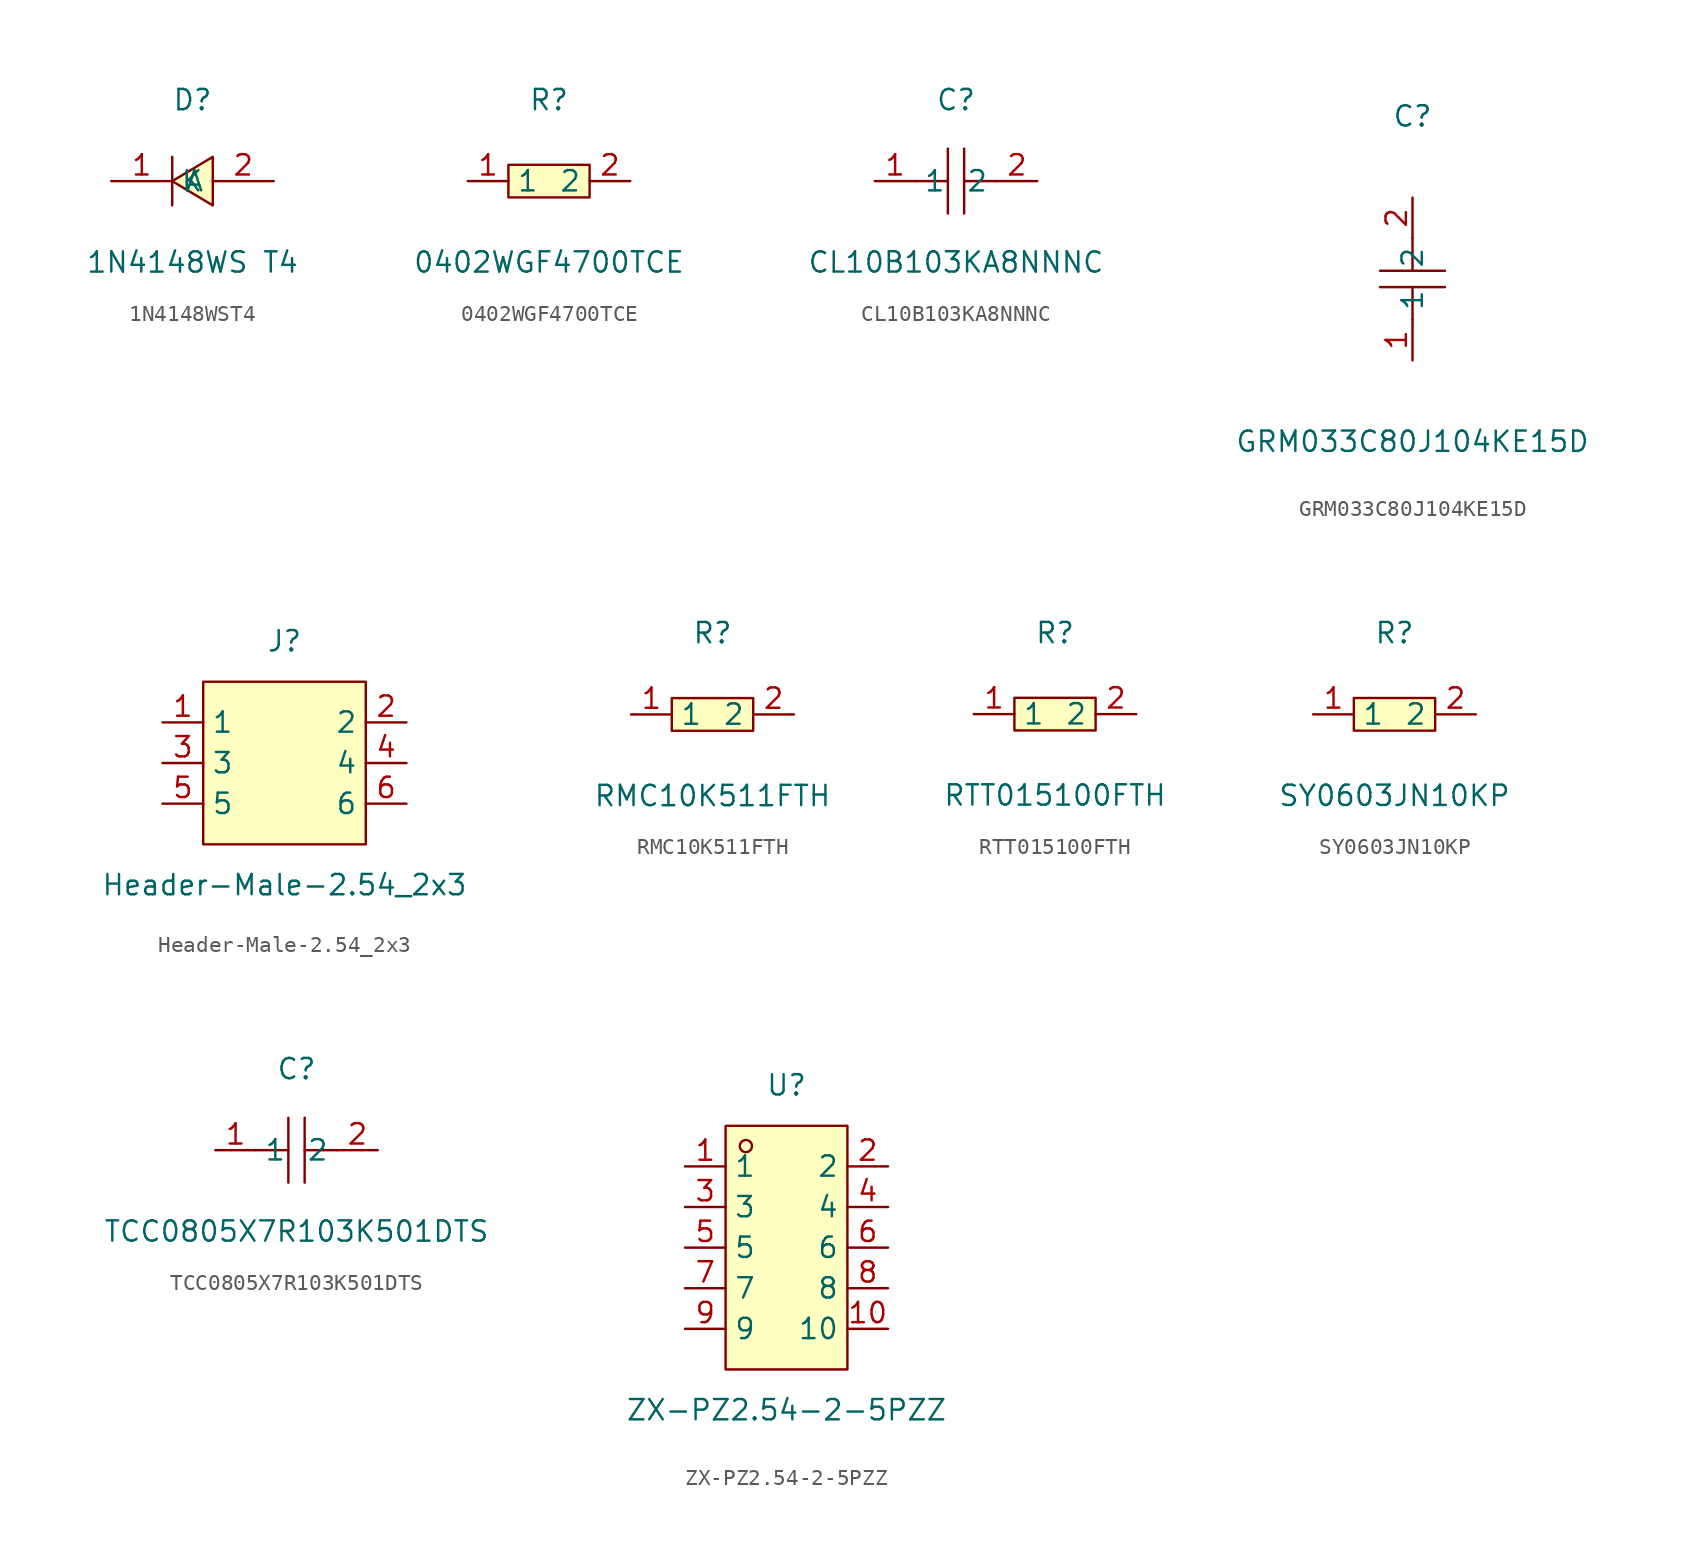
<source format=kicad_sym>
(kicad_symbol_lib
  (version 20211014)
  (generator https://github.com/uPesy/easyeda2kicad.py)
  (symbol "1N4148WST4"
    (property "Reference" "D"
      (at 0 5.08 0)
      (effects (font (size 1.27 1.27))))
    (property "Value" "1N4148WS T4"
      (at 0 -5.08 0)
      (effects (font (size 1.27 1.27))))
    (symbol "1N4148WST4_0_1"
      (polyline (pts (xy 1.27 1.52) (xy -1.27 -0.00) (xy 1.27 -1.52) (xy 1.27 1.52)) (stroke (width 0) (type default) (color 0 0 0 0)) (fill (type background)))
      (polyline (pts (xy -1.27 -1.52) (xy -1.27 1.52)) (stroke (width 0) (type default) (color 0 0 0 0)) (fill (type none)))
      (pin unspecified line (at 5.08 -0.00 180) (length 3.81) (name "A" (effects (font (size 1.27 1.27)))) (number "2" (effects (font (size 1.27 1.27)))))
      (pin unspecified line (at -5.08 -0.00 0) (length 3.81) (name "K" (effects (font (size 1.27 1.27)))) (number "1" (effects (font (size 1.27 1.27)))))))
  (symbol "0402WGF4700TCE"
    (property "Reference" "R"
      (at 0 5.08 0)
      (effects (font (size 1.27 1.27))))
    (property "Value" "0402WGF4700TCE"
      (at 0 -5.08 0)
      (effects (font (size 1.27 1.27))))
    (symbol "0402WGF4700TCE_0_1"
      (rectangle (start -2.54 1.02) (end 2.54 -1.02) (stroke (width 0) (type default) (color 0 0 0 0)) (fill (type background)))
      (pin input line (at 5.08 -0.00 180) (length 2.54) (name "2" (effects (font (size 1.27 1.27)))) (number "2" (effects (font (size 1.27 1.27)))))
      (pin input line (at -5.08 -0.00 0) (length 2.54) (name "1" (effects (font (size 1.27 1.27)))) (number "1" (effects (font (size 1.27 1.27)))))))
  (symbol "CL10B103KA8NNNC"
    (property "Reference" "C"
      (at 0 5.08 0)
      (effects (font (size 1.27 1.27))))
    (property "Value" "CL10B103KA8NNNC"
      (at 0 -5.08 0)
      (effects (font (size 1.27 1.27))))
    (symbol "CL10B103KA8NNNC_0_1"
      (polyline (pts (xy -0.51 -2.03) (xy -0.51 2.03)) (stroke (width 0) (type default) (color 0 0 0 0)) (fill (type none)))
      (polyline (pts (xy 2.54 -0.00) (xy 0.51 -0.00)) (stroke (width 0) (type default) (color 0 0 0 0)) (fill (type none)))
      (polyline (pts (xy 0.51 2.03) (xy 0.51 -2.03)) (stroke (width 0) (type default) (color 0 0 0 0)) (fill (type none)))
      (polyline (pts (xy -0.51 -0.00) (xy -2.54 -0.00)) (stroke (width 0) (type default) (color 0 0 0 0)) (fill (type none)))
      (pin unspecified line (at -5.08 -0.00 0) (length 2.54) (name "1" (effects (font (size 1.27 1.27)))) (number "1" (effects (font (size 1.27 1.27)))))
      (pin unspecified line (at 5.08 -0.00 180) (length 2.54) (name "2" (effects (font (size 1.27 1.27)))) (number "2" (effects (font (size 1.27 1.27)))))))
  (symbol "GRM033C80J104KE15D"
    (property "Reference" "C"
      (at 0 10.16 0)
      (effects (font (size 1.27 1.27))))
    (property "Value" "GRM033C80J104KE15D"
      (at 0 -10.16 0)
      (effects (font (size 1.27 1.27))))
    (symbol "GRM033C80J104KE15D_0_1"
      (polyline (pts (xy 0.00 -0.51) (xy 0.00 -2.54)) (stroke (width 0) (type default) (color 0 0 0 0)) (fill (type none)))
      (polyline (pts (xy -2.03 0.51) (xy 2.03 0.51)) (stroke (width 0) (type default) (color 0 0 0 0)) (fill (type none)))
      (polyline (pts (xy 0.00 2.54) (xy 0.00 0.51)) (stroke (width 0) (type default) (color 0 0 0 0)) (fill (type none)))
      (polyline (pts (xy 2.03 -0.51) (xy -2.03 -0.51)) (stroke (width 0) (type default) (color 0 0 0 0)) (fill (type none)))
      (pin unspecified line (at 0.00 5.08 270) (length 2.54) (name "2" (effects (font (size 1.27 1.27)))) (number "2" (effects (font (size 1.27 1.27)))))
      (pin unspecified line (at 0.00 -5.08 90) (length 2.54) (name "1" (effects (font (size 1.27 1.27)))) (number "1" (effects (font (size 1.27 1.27)))))))
  (symbol "Header-Male-2.54_2x3"
    (property "Reference" "J"
      (at 0 7.62 0)
      (effects (font (size 1.27 1.27))))
    (property "Value" "Header-Male-2.54_2x3"
      (at 0 -7.62 0)
      (effects (font (size 1.27 1.27))))
    (symbol "Header-Male-2.54_2x3_0_1"
      (rectangle (start -5.08 5.08) (end 5.08 -5.08) (stroke (width 0) (type default) (color 0 0 0 0)) (fill (type background)))
      (pin input line (at -7.62 2.54 0) (length 2.54) (name "1" (effects (font (size 1.27 1.27)))) (number "1" (effects (font (size 1.27 1.27)))))
      (pin input line (at 7.62 2.54 180) (length 2.54) (name "2" (effects (font (size 1.27 1.27)))) (number "2" (effects (font (size 1.27 1.27)))))
      (pin input line (at -7.62 -0.00 0) (length 2.54) (name "3" (effects (font (size 1.27 1.27)))) (number "3" (effects (font (size 1.27 1.27)))))
      (pin input line (at 7.62 -0.00 180) (length 2.54) (name "4" (effects (font (size 1.27 1.27)))) (number "4" (effects (font (size 1.27 1.27)))))
      (pin input line (at -7.62 -2.54 0) (length 2.54) (name "5" (effects (font (size 1.27 1.27)))) (number "5" (effects (font (size 1.27 1.27)))))
      (pin input line (at 7.62 -2.54 180) (length 2.54) (name "6" (effects (font (size 1.27 1.27)))) (number "6" (effects (font (size 1.27 1.27)))))))
  (symbol "RMC10K511FTH"
    (property "Reference" "R"
      (at 0 5.08 0)
      (effects (font (size 1.27 1.27))))
    (property "Value" "RMC10K511FTH"
      (at 0 -5.08 0)
      (effects (font (size 1.27 1.27))))
    (symbol "RMC10K511FTH_0_1"
      (rectangle (start -2.54 1.02) (end 2.54 -1.02) (stroke (width 0) (type default) (color 0 0 0 0)) (fill (type background)))
      (pin unspecified line (at 5.08 -0.00 180) (length 2.54) (name "2" (effects (font (size 1.27 1.27)))) (number "2" (effects (font (size 1.27 1.27)))))
      (pin unspecified line (at -5.08 -0.00 0) (length 2.54) (name "1" (effects (font (size 1.27 1.27)))) (number "1" (effects (font (size 1.27 1.27)))))))
  (symbol "RTT015100FTH"
    (property "Reference" "R"
      (at 0 5.08 0)
      (effects (font (size 1.27 1.27))))
    (property "Value" "RTT015100FTH"
      (at 0 -5.08 0)
      (effects (font (size 1.27 1.27))))
    (symbol "RTT015100FTH_0_1"
      (rectangle (start -2.54 1.02) (end 2.54 -1.02) (stroke (width 0) (type default) (color 0 0 0 0)) (fill (type background)))
      (pin unspecified line (at 5.08 -0.00 180) (length 2.54) (name "2" (effects (font (size 1.27 1.27)))) (number "2" (effects (font (size 1.27 1.27)))))
      (pin unspecified line (at -5.08 -0.00 0) (length 2.54) (name "1" (effects (font (size 1.27 1.27)))) (number "1" (effects (font (size 1.27 1.27)))))))
  (symbol "SY0603JN10KP"
    (property "Reference" "R"
      (at 0 5.08 0)
      (effects (font (size 1.27 1.27))))
    (property "Value" "SY0603JN10KP"
      (at 0 -5.08 0)
      (effects (font (size 1.27 1.27))))
    (symbol "SY0603JN10KP_0_1"
      (rectangle (start -2.54 1.02) (end 2.54 -1.02) (stroke (width 0) (type default) (color 0 0 0 0)) (fill (type background)))
      (pin unspecified line (at 5.08 -0.00 180) (length 2.54) (name "2" (effects (font (size 1.27 1.27)))) (number "2" (effects (font (size 1.27 1.27)))))
      (pin unspecified line (at -5.08 -0.00 0) (length 2.54) (name "1" (effects (font (size 1.27 1.27)))) (number "1" (effects (font (size 1.27 1.27)))))))
  (symbol "TCC0805X7R103K501DTS"
    (property "Reference" "C"
      (at 0 5.08 0)
      (effects (font (size 1.27 1.27))))
    (property "Value" "TCC0805X7R103K501DTS"
      (at 0 -5.08 0)
      (effects (font (size 1.27 1.27))))
    (symbol "TCC0805X7R103K501DTS_0_1"
      (polyline (pts (xy -0.51 -2.03) (xy -0.51 2.03)) (stroke (width 0) (type default) (color 0 0 0 0)) (fill (type none)))
      (polyline (pts (xy 2.54 -0.00) (xy 0.51 -0.00)) (stroke (width 0) (type default) (color 0 0 0 0)) (fill (type none)))
      (polyline (pts (xy 0.51 2.03) (xy 0.51 -2.03)) (stroke (width 0) (type default) (color 0 0 0 0)) (fill (type none)))
      (polyline (pts (xy -0.51 -0.00) (xy -2.54 -0.00)) (stroke (width 0) (type default) (color 0 0 0 0)) (fill (type none)))
      (pin unspecified line (at -5.08 -0.00 0) (length 2.54) (name "1" (effects (font (size 1.27 1.27)))) (number "1" (effects (font (size 1.27 1.27)))))
      (pin unspecified line (at 5.08 -0.00 180) (length 2.54) (name "2" (effects (font (size 1.27 1.27)))) (number "2" (effects (font (size 1.27 1.27)))))))
  (symbol "ZX-PZ2.54-2-5PZZ"
    (property "Reference" "U"
      (at 0 10.16 0)
      (effects (font (size 1.27 1.27))))
    (property "Value" "ZX-PZ2.54-2-5PZZ"
      (at 0 -10.16 0)
      (effects (font (size 1.27 1.27))))
    (symbol "ZX-PZ2.54-2-5PZZ_0_1"
      (rectangle (start -3.81 7.62) (end 3.81 -7.62) (stroke (width 0) (type default) (color 0 0 0 0)) (fill (type background)))
      (circle (center -2.54 6.35) (radius 0.38) (stroke (width 0) (type default) (color 0 0 0 0)) (fill (type none)))
      (pin unspecified line (at -6.35 5.08 0) (length 2.54) (name "1" (effects (font (size 1.27 1.27)))) (number "1" (effects (font (size 1.27 1.27)))))
      (pin unspecified line (at 6.35 -5.08 180) (length 2.54) (name "10" (effects (font (size 1.27 1.27)))) (number "10" (effects (font (size 1.27 1.27)))))
      (pin unspecified line (at -6.35 2.54 0) (length 2.54) (name "3" (effects (font (size 1.27 1.27)))) (number "3" (effects (font (size 1.27 1.27)))))
      (pin unspecified line (at 6.35 -2.54 180) (length 2.54) (name "8" (effects (font (size 1.27 1.27)))) (number "8" (effects (font (size 1.27 1.27)))))
      (pin unspecified line (at -6.35 -0.00 0) (length 2.54) (name "5" (effects (font (size 1.27 1.27)))) (number "5" (effects (font (size 1.27 1.27)))))
      (pin unspecified line (at 6.35 -0.00 180) (length 2.54) (name "6" (effects (font (size 1.27 1.27)))) (number "6" (effects (font (size 1.27 1.27)))))
      (pin unspecified line (at -6.35 -2.54 0) (length 2.54) (name "7" (effects (font (size 1.27 1.27)))) (number "7" (effects (font (size 1.27 1.27)))))
      (pin unspecified line (at 6.35 2.54 180) (length 2.54) (name "4" (effects (font (size 1.27 1.27)))) (number "4" (effects (font (size 1.27 1.27)))))
      (pin unspecified line (at -6.35 -5.08 0) (length 2.54) (name "9" (effects (font (size 1.27 1.27)))) (number "9" (effects (font (size 1.27 1.27)))))
      (pin unspecified line (at 6.35 5.08 180) (length 2.54) (name "2" (effects (font (size 1.27 1.27)))) (number "2" (effects (font (size 1.27 1.27))))))))
</source>
